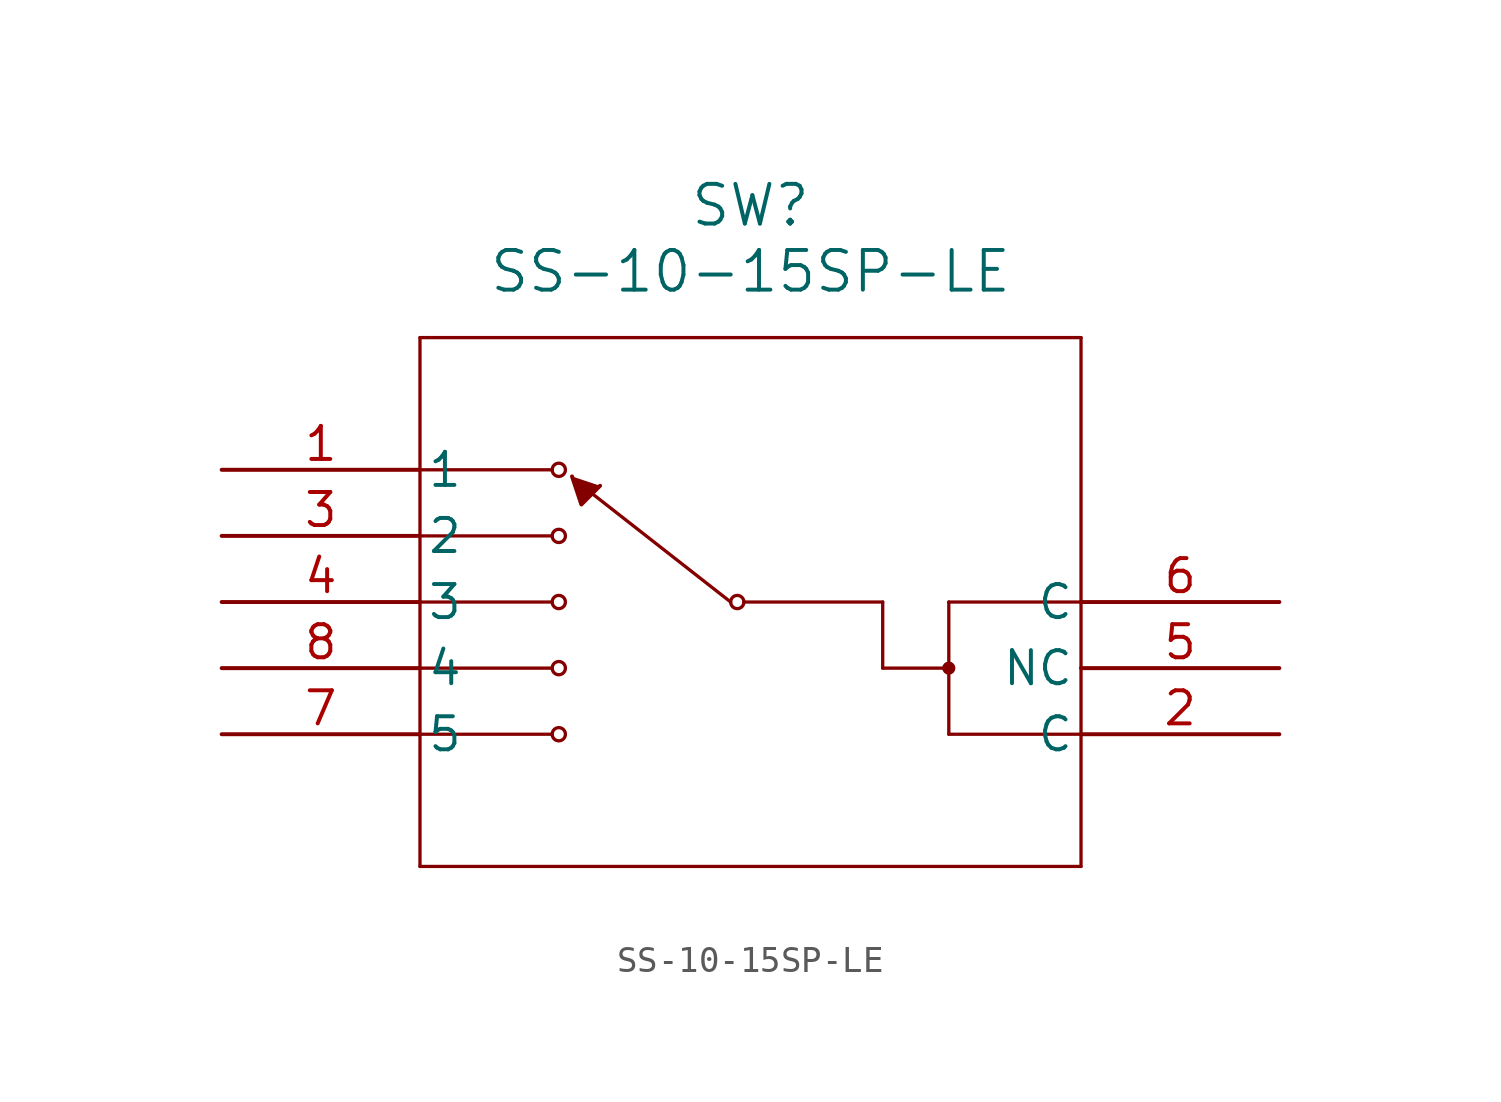
<source format=kicad_sym>
(kicad_symbol_lib
  (version 20211014)
  (generator kicad_symbol_editor)
  (symbol "SS-10-15SP-LE"
    (pin_names
      (offset 0.254))
    (property "Reference" "SW"
      (at 20.32 10.16 0)
      (effects (font (size 1.524 1.524))))
    (property "Value" "SS-10-15SP-LE"
      (at 20.32 7.62 0)
      (effects (font (size 1.524 1.524))))
    (polyline
      (pts (xy 7.62 5.08) (xy 7.62 -15.24))
      (stroke (width 0.127) (type default) (color 0 0 0 0))
      (fill (type none)))
    (polyline
      (pts (xy 7.62 -15.24) (xy 33.02 -15.24))
      (stroke (width 0.127) (type default) (color 0 0 0 0))
      (fill (type none)))
    (polyline
      (pts (xy 33.02 -15.24) (xy 33.02 5.08))
      (stroke (width 0.127) (type default) (color 0 0 0 0))
      (fill (type none)))
    (polyline
      (pts (xy 33.02 5.08) (xy 7.62 5.08))
      (stroke (width 0.127) (type default) (color 0 0 0 0))
      (fill (type none)))
    (polyline
      (pts (xy 7.62 0) (xy 12.7 0))
      (stroke (width 0.127) (type default) (color 0 0 0 0))
      (fill (type none)))
    (polyline
      (pts (xy 7.62 -2.54) (xy 12.7 -2.54))
      (stroke (width 0.127) (type default) (color 0 0 0 0))
      (fill (type none)))
    (polyline
      (pts (xy 7.62 -5.08) (xy 12.7 -5.08))
      (stroke (width 0.127) (type default) (color 0 0 0 0))
      (fill (type none)))
    (polyline
      (pts (xy 12.7 -10.16) (xy 7.62 -10.16))
      (stroke (width 0.127) (type default) (color 0 0 0 0))
      (fill (type none)))
    (polyline
      (pts (xy 12.7 -7.62) (xy 7.62 -7.62))
      (stroke (width 0.127) (type default) (color 0 0 0 0))
      (fill (type none)))
    (polyline
      (pts (xy 33.02 -5.08) (xy 27.94 -5.08))
      (stroke (width 0.127) (type default) (color 0 0 0 0))
      (fill (type none)))
    (polyline
      (pts (xy 27.94 -5.08) (xy 27.94 -10.16))
      (stroke (width 0.127) (type default) (color 0 0 0 0))
      (fill (type none)))
    (polyline
      (pts (xy 27.94 -10.16) (xy 33.02 -10.16))
      (stroke (width 0.127) (type default) (color 0 0 0 0))
      (fill (type none)))
    (polyline
      (pts (xy 27.94 -7.62) (xy 25.4 -7.62))
      (stroke (width 0.127) (type default) (color 0 0 0 0))
      (fill (type none)))
    (polyline
      (pts (xy 25.4 -5.08) (xy 25.4 -7.62))
      (stroke (width 0.127) (type default) (color 0 0 0 0))
      (fill (type none)))
    (polyline
      (pts (xy 25.4 -5.08) (xy 20.066 -5.08))
      (stroke (width 0.127) (type default) (color 0 0 0 0))
      (fill (type none)))
    (circle
      (center 12.954 0)
      (radius 0.254)
      (stroke (width 0.127) (type default) (color 0 0 0 0))
      (fill (type none)))
    (circle
      (center 12.954 -2.54)
      (radius 0.254)
      (stroke (width 0.127) (type default) (color 0 0 0 0))
      (fill (type none)))
    (circle
      (center 12.954 -5.08)
      (radius 0.254)
      (stroke (width 0.127) (type default) (color 0 0 0 0))
      (fill (type none)))
    (circle
      (center 12.954 -7.62)
      (radius 0.254)
      (stroke (width 0.127) (type default) (color 0 0 0 0))
      (fill (type none)))
    (circle
      (center 12.954 -10.16)
      (radius 0.254)
      (stroke (width 0.127) (type default) (color 0 0 0 0))
      (fill (type none)))
    (circle
      (center 19.812 -5.08)
      (radius 0.254)
      (stroke (width 0.127) (type default) (color 0 0 0 0))
      (fill (type none)))
    (circle
      (center 27.94 -7.62)
      (radius 0.127)
      (stroke (width 0.254) (type default) (color 0 0 0 0))
      (fill (type none)))
    (polyline
      (pts (xy 19.558 -5.08) (xy 13.716 -0.508))
      (stroke (width 0.127) (type default) (color 0 0 0 0))
      (fill (type none)))
    (polyline
      (pts (xy 13.462 -0.254) (xy 13.821 -1.332) (xy 14.54 -0.613))
      (stroke (width 0) (type default) (color 0 0 0 0))
      (fill (type outline)))
    (pin unspecified line
      (at 0 0 0)
      (length 7.62)
      (name "1" (effects (font (size 1.27 1.27))))
      (number "1" (effects (font (size 1.27 1.27)))))
    (pin unspecified line
      (at 40.64 -10.16 180)
      (length 7.62)
      (name "C" (effects (font (size 1.27 1.27))))
      (number "2" (effects (font (size 1.27 1.27)))))
    (pin unspecified line
      (at 0 -2.54 0)
      (length 7.62)
      (name "2" (effects (font (size 1.27 1.27))))
      (number "3" (effects (font (size 1.27 1.27)))))
    (pin unspecified line
      (at 0 -5.08 0)
      (length 7.62)
      (name "3" (effects (font (size 1.27 1.27))))
      (number "4" (effects (font (size 1.27 1.27)))))
    (pin unspecified line
      (at 40.64 -7.62 180)
      (length 7.62)
      (name "NC" (effects (font (size 1.27 1.27))))
      (number "5" (effects (font (size 1.27 1.27)))))
    (pin unspecified line
      (at 40.64 -5.08 180)
      (length 7.62)
      (name "C" (effects (font (size 1.27 1.27))))
      (number "6" (effects (font (size 1.27 1.27)))))
    (pin unspecified line
      (at 0 -10.16 0)
      (length 7.62)
      (name "5" (effects (font (size 1.27 1.27))))
      (number "7" (effects (font (size 1.27 1.27)))))
    (pin unspecified line
      (at 0 -7.62 0)
      (length 7.62)
      (name "4" (effects (font (size 1.27 1.27))))
      (number "8" (effects (font (size 1.27 1.27)))))))
</source>
